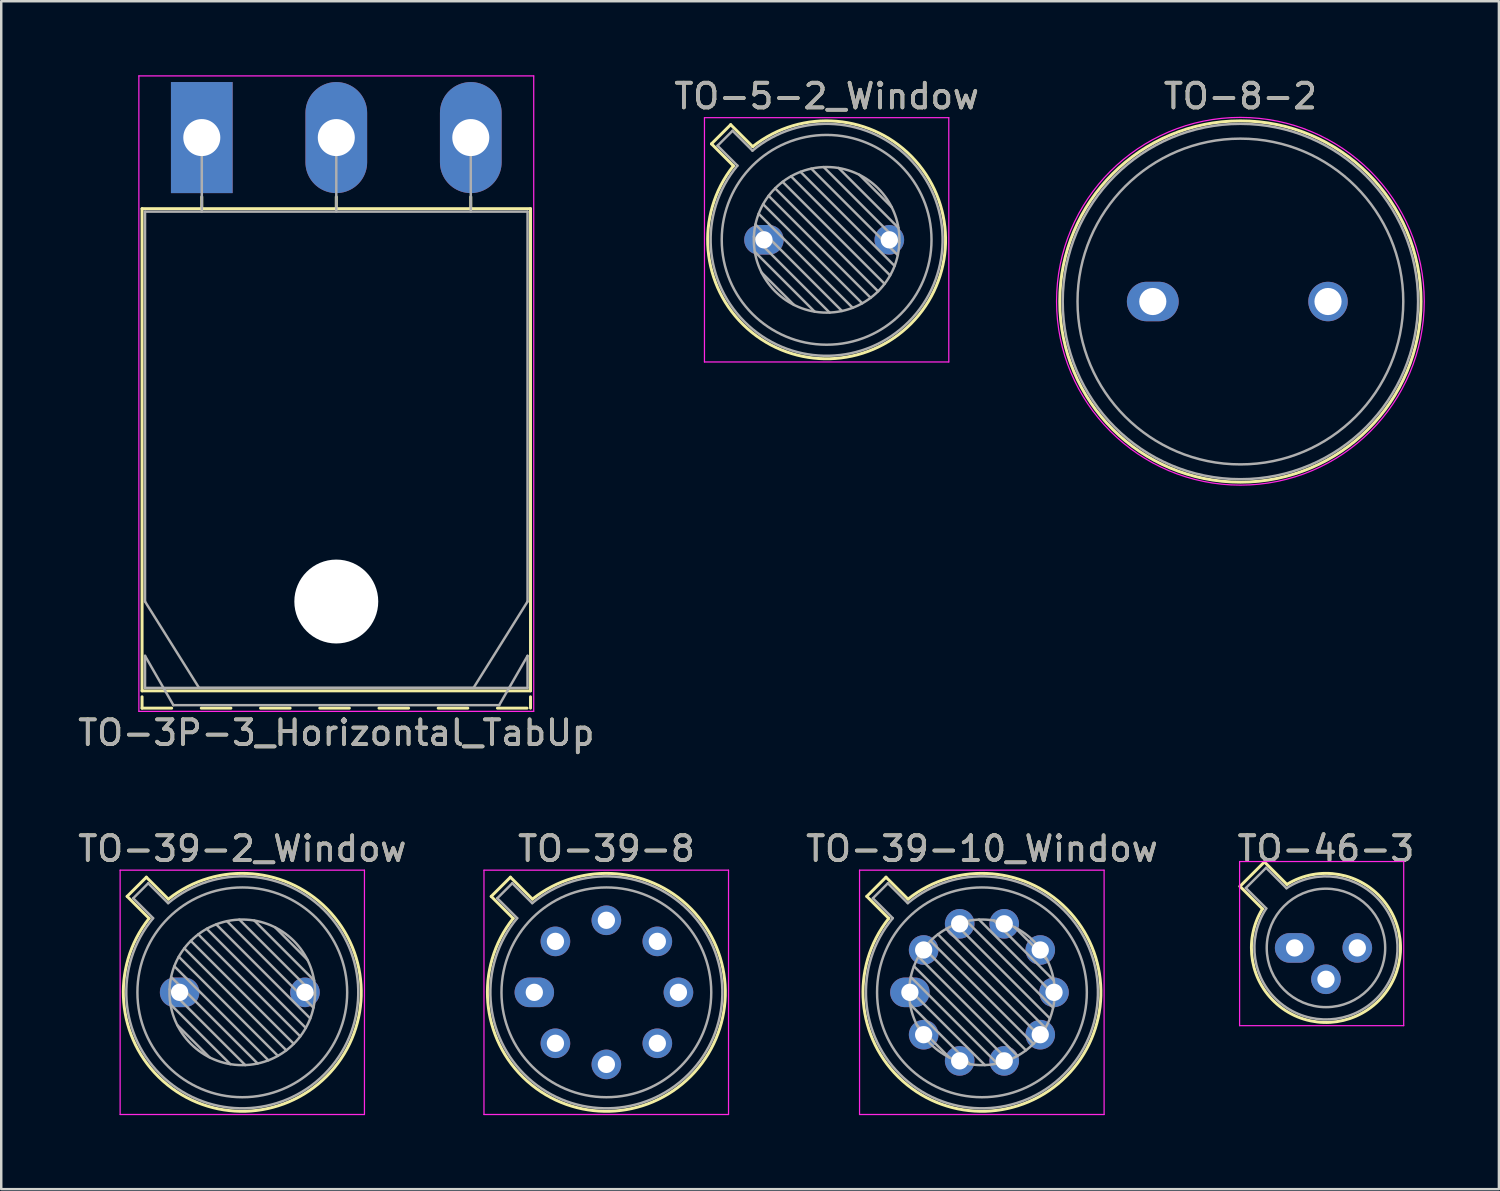
<source format=kicad_pcb>
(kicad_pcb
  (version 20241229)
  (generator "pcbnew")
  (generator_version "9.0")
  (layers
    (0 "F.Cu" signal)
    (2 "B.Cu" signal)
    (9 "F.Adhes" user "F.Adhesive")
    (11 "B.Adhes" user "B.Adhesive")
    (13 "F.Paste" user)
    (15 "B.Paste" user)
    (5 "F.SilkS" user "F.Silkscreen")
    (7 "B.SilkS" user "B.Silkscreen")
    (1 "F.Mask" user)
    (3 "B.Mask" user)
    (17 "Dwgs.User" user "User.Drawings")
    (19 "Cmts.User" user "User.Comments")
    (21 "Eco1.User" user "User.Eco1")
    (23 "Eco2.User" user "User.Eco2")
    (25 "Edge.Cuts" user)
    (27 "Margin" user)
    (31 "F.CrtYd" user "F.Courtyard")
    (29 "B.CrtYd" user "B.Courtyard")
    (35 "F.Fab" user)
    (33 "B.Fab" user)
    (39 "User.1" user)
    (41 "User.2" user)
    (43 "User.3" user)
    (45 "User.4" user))
  (footprint "TO-3P-3_Horizontal_TabUp"
    (layer "F.Cu")
    (at 5.127 2.525)
    (property "Reference" "TO-3P-3_Horizontal_TabUp" (at 5.45 24.12 0) (layer "F.SilkS") (effects (font (size 1 1) (thickness 0.15))))
    (attr through_hole)
    (fp_line (start -2.42 2.88) (end -2.42 22.42) (stroke (width 0.12) (type solid)) (layer "F.SilkS"))
    (fp_line (start -2.42 2.88) (end 13.32 2.88) (stroke (width 0.12) (type solid)) (layer "F.SilkS"))
    (fp_line (start -2.42 22.42) (end 13.32 22.42) (stroke (width 0.12) (type solid)) (layer "F.SilkS"))
    (fp_line (start -2.42 22.66) (end -2.42 23.12) (stroke (width 0.12) (type solid)) (layer "F.SilkS"))
    (fp_line (start -2.42 23.12) (end -1.22 23.12) (stroke (width 0.12) (type solid)) (layer "F.SilkS"))
    (fp_line (start -0.021 23.12) (end 1.18 23.12) (stroke (width 0.12) (type solid)) (layer "F.SilkS"))
    (fp_line (start 0 2.4) (end 0 2.88) (stroke (width 0.12) (type solid)) (layer "F.SilkS"))
    (fp_line (start 2.38 23.12) (end 3.58 23.12) (stroke (width 0.12) (type solid)) (layer "F.SilkS"))
    (fp_line (start 4.78 23.12) (end 5.98 23.12) (stroke (width 0.12) (type solid)) (layer "F.SilkS"))
    (fp_line (start 5.45 2.4) (end 5.45 2.88) (stroke (width 0.12) (type solid)) (layer "F.SilkS"))
    (fp_line (start 7.18 23.12) (end 8.38 23.12) (stroke (width 0.12) (type solid)) (layer "F.SilkS"))
    (fp_line (start 9.58 23.12) (end 10.78 23.12) (stroke (width 0.12) (type solid)) (layer "F.SilkS"))
    (fp_line (start 10.9 2.4) (end 10.9 2.88) (stroke (width 0.12) (type solid)) (layer "F.SilkS"))
    (fp_line (start 11.98 23.12) (end 13.18 23.12) (stroke (width 0.12) (type solid)) (layer "F.SilkS"))
    (fp_line (start 13.32 2.88) (end 13.32 22.42) (stroke (width 0.12) (type solid)) (layer "F.SilkS"))
    (fp_line (start 13.32 22.66) (end 13.32 23.12) (stroke (width 0.12) (type solid)) (layer "F.SilkS"))
    (fp_line (start -2.55 -2.5) (end -2.55 23.25) (stroke (width 0.05) (type solid)) (layer "F.CrtYd"))
    (fp_line (start -2.55 23.25) (end 13.45 23.25) (stroke (width 0.05) (type solid)) (layer "F.CrtYd"))
    (fp_line (start 13.45 -2.5) (end -2.55 -2.5) (stroke (width 0.05) (type solid)) (layer "F.CrtYd"))
    (fp_line (start 13.45 23.25) (end 13.45 -2.5) (stroke (width 0.05) (type solid)) (layer "F.CrtYd"))
    (fp_line (start -2.3 3) (end -2.3 18.8) (stroke (width 0.1) (type solid)) (layer "F.Fab"))
    (fp_line (start -2.3 18.8) (end -0.11 22.3) (stroke (width 0.1) (type solid)) (layer "F.Fab"))
    (fp_line (start -2.3 21) (end -1.15 23) (stroke (width 0.1) (type solid)) (layer "F.Fab"))
    (fp_line (start -2.3 22.3) (end -2.3 21) (stroke (width 0.1) (type solid)) (layer "F.Fab"))
    (fp_line (start -1.15 23) (end 12.05 23) (stroke (width 0.1) (type solid)) (layer "F.Fab"))
    (fp_line (start -0.11 22.3) (end 11.01 22.3) (stroke (width 0.1) (type solid)) (layer "F.Fab"))
    (fp_line (start 0 3) (end 0 0) (stroke (width 0.1) (type solid)) (layer "F.Fab"))
    (fp_line (start 5.45 3) (end 5.45 0) (stroke (width 0.1) (type solid)) (layer "F.Fab"))
    (fp_line (start 10.9 3) (end 10.9 0) (stroke (width 0.1) (type solid)) (layer "F.Fab"))
    (fp_line (start 11.01 22.3) (end 13.2 18.8) (stroke (width 0.1) (type solid)) (layer "F.Fab"))
    (fp_line (start 12.05 23) (end 13.2 21) (stroke (width 0.1) (type solid)) (layer "F.Fab"))
    (fp_line (start 13.2 3) (end -2.3 3) (stroke (width 0.1) (type solid)) (layer "F.Fab"))
    (fp_line (start 13.2 18.8) (end 13.2 3) (stroke (width 0.1) (type solid)) (layer "F.Fab"))
    (fp_line (start 13.2 21) (end 13.2 22.3) (stroke (width 0.1) (type solid)) (layer "F.Fab"))
    (fp_line (start 13.2 22.3) (end -2.3 22.3) (stroke (width 0.1) (type solid)) (layer "F.Fab"))
    (fp_circle (center 5.45 18.8) (end 7.05 18.8) (stroke (width 0.1) (type solid)) (fill no) (layer "F.Fab"))
    (fp_text user "${REFERENCE}" (at 5.45 24.12 0) (layer "F.Fab") (effects (font (size 1 1) (thickness 0.15))))
    (pad "" np_thru_hole oval (at 5.45 18.8) (size 3.4 3.4) (drill 3.4) (layers "*.Cu" "*.Mask"))
    (pad "1" thru_hole rect (at 0 0) (size 2.5 4.5) (drill 1.5) (layers "*.Cu" "*.Mask"))
    (pad "2" thru_hole oval (at 5.45 0) (size 2.5 4.5) (drill 1.5) (layers "*.Cu" "*.Mask"))
    (pad "3" thru_hole oval (at 10.9 0) (size 2.5 4.5) (drill 1.5) (layers "*.Cu" "*.Mask")))
  (footprint "TO-39-8"
    (layer "F.Cu")
    (at 18.601 37.161)
    (property "Reference" "TO-39-8" (at 2.92 -5.82 0) (layer "F.SilkS") (effects (font (size 1 1) (thickness 0.15))))
    (attr through_hole)
    (fp_line (start -1.746 -3.888) (end -0.855 -2.997) (stroke (width 0.12) (type solid)) (layer "F.SilkS"))
    (fp_line (start -0.968 -4.666) (end -1.746 -3.888) (stroke (width 0.12) (type solid)) (layer "F.SilkS"))
    (fp_line (start -0.077 -3.775) (end -0.968 -4.666) (stroke (width 0.12) (type solid)) (layer "F.SilkS"))
    (fp_arc (start -0.077084 -3.774902) (mid 6.328125 3.408384) (end -0.854674 -2.997371) (stroke (width 0.12) (type solid)) (layer "F.SilkS"))
    (fp_line (start -2.04 -4.95) (end -2.04 4.95) (stroke (width 0.05) (type solid)) (layer "F.CrtYd"))
    (fp_line (start -2.04 4.95) (end 7.87 4.95) (stroke (width 0.05) (type solid)) (layer "F.CrtYd"))
    (fp_line (start 7.87 -4.95) (end -2.04 -4.95) (stroke (width 0.05) (type solid)) (layer "F.CrtYd"))
    (fp_line (start 7.87 4.95) (end 7.87 -4.95) (stroke (width 0.05) (type solid)) (layer "F.CrtYd"))
    (fp_line (start -1.5 -3.812) (end -0.694 -3.005) (stroke (width 0.1) (type solid)) (layer "F.Fab"))
    (fp_line (start -0.892 -4.42) (end -1.5 -3.812) (stroke (width 0.1) (type solid)) (layer "F.Fab"))
    (fp_line (start -0.085 -3.614) (end -0.892 -4.42) (stroke (width 0.1) (type solid)) (layer "F.Fab"))
    (fp_arc (start -0.085408 -3.61352) (mid 6.243443 3.323361) (end -0.693594 -3.005319) (stroke (width 0.1) (type solid)) (layer "F.Fab"))
    (fp_circle (center 2.92 0) (end 7.17 0) (stroke (width 0.1) (type solid)) (fill no) (layer "F.Fab"))
    (fp_text user "${REFERENCE}" (at 2.92 -5.82 0) (layer "F.Fab") (effects (font (size 1 1) (thickness 0.15))))
    (pad "1" thru_hole oval (at 0 0) (size 1.6 1.2) (drill 0.7) (layers "*.Cu" "*.Mask"))
    (pad "2" thru_hole oval (at 0.855 2.065) (size 1.2 1.2) (drill 0.7) (layers "*.Cu" "*.Mask"))
    (pad "3" thru_hole oval (at 2.92 2.92) (size 1.2 1.2) (drill 0.7) (layers "*.Cu" "*.Mask"))
    (pad "4" thru_hole oval (at 4.985 2.065) (size 1.2 1.2) (drill 0.7) (layers "*.Cu" "*.Mask"))
    (pad "5" thru_hole oval (at 5.84 0) (size 1.2 1.2) (drill 0.7) (layers "*.Cu" "*.Mask"))
    (pad "6" thru_hole oval (at 4.985 -2.065) (size 1.2 1.2) (drill 0.7) (layers "*.Cu" "*.Mask"))
    (pad "7" thru_hole oval (at 2.92 -2.92) (size 1.2 1.2) (drill 0.7) (layers "*.Cu" "*.Mask"))
    (pad "8" thru_hole oval (at 0.855 -2.065) (size 1.2 1.2) (drill 0.7) (layers "*.Cu" "*.Mask")))
  (footprint "TO-5-2_Window"
    (layer "F.Cu")
    (at 27.906 6.668)
    (property "Reference" "TO-5-2_Window" (at 2.54 -5.82 0) (layer "F.SilkS") (effects (font (size 1 1) (thickness 0.15))))
    (attr through_hole)
    (fp_line (start -2.126 -3.888) (end -1.235 -2.997) (stroke (width 0.12) (type solid)) (layer "F.SilkS"))
    (fp_line (start -1.348 -4.666) (end -2.126 -3.888) (stroke (width 0.12) (type solid)) (layer "F.SilkS"))
    (fp_line (start -0.457 -3.775) (end -1.348 -4.666) (stroke (width 0.12) (type solid)) (layer "F.SilkS"))
    (fp_arc (start -0.457084 -3.774902) (mid 5.948125 3.408384) (end -1.234674 -2.997371) (stroke (width 0.12) (type solid)) (layer "F.SilkS"))
    (fp_line (start -2.41 -4.95) (end -2.41 4.95) (stroke (width 0.05) (type solid)) (layer "F.CrtYd"))
    (fp_line (start -2.41 4.95) (end 7.49 4.95) (stroke (width 0.05) (type solid)) (layer "F.CrtYd"))
    (fp_line (start 7.49 -4.95) (end -2.41 -4.95) (stroke (width 0.05) (type solid)) (layer "F.CrtYd"))
    (fp_line (start 7.49 4.95) (end 7.49 -4.95) (stroke (width 0.05) (type solid)) (layer "F.CrtYd"))
    (fp_line (start -1.88 -3.812) (end -1.074 -3.005) (stroke (width 0.1) (type solid)) (layer "F.Fab"))
    (fp_line (start -1.272 -4.42) (end -1.88 -3.812) (stroke (width 0.1) (type solid)) (layer "F.Fab"))
    (fp_line (start -0.465 -3.614) (end -1.272 -4.42) (stroke (width 0.1) (type solid)) (layer "F.Fab"))
    (fp_line (start -0.408 -0.12) (end 2.66 2.948) (stroke (width 0.1) (type solid)) (layer "F.Fab"))
    (fp_line (start -0.371 0.485) (end 2.055 2.911) (stroke (width 0.1) (type solid)) (layer "F.Fab"))
    (fp_line (start -0.344 -0.622) (end 3.162 2.884) (stroke (width 0.1) (type solid)) (layer "F.Fab"))
    (fp_line (start -0.215 -1.058) (end 3.598 2.755) (stroke (width 0.1) (type solid)) (layer "F.Fab"))
    (fp_line (start -0.097 1.324) (end 1.216 2.637) (stroke (width 0.1) (type solid)) (layer "F.Fab"))
    (fp_line (start -0.034 -1.443) (end 3.983 2.574) (stroke (width 0.1) (type solid)) (layer "F.Fab"))
    (fp_line (start 0.19 -1.784) (end 4.324 2.35) (stroke (width 0.1) (type solid)) (layer "F.Fab"))
    (fp_line (start 0.454 -2.086) (end 4.626 2.086) (stroke (width 0.1) (type solid)) (layer "F.Fab"))
    (fp_line (start 0.756 -2.35) (end 4.89 1.784) (stroke (width 0.1) (type solid)) (layer "F.Fab"))
    (fp_line (start 1.097 -2.574) (end 5.114 1.443) (stroke (width 0.1) (type solid)) (layer "F.Fab"))
    (fp_line (start 1.482 -2.755) (end 5.295 1.058) (stroke (width 0.1) (type solid)) (layer "F.Fab"))
    (fp_line (start 1.918 -2.884) (end 5.424 0.622) (stroke (width 0.1) (type solid)) (layer "F.Fab"))
    (fp_line (start 2.42 -2.948) (end 5.488 0.12) (stroke (width 0.1) (type solid)) (layer "F.Fab"))
    (fp_line (start 3.025 -2.911) (end 5.451 -0.485) (stroke (width 0.1) (type solid)) (layer "F.Fab"))
    (fp_line (start 3.864 -2.637) (end 5.177 -1.324) (stroke (width 0.1) (type solid)) (layer "F.Fab"))
    (fp_arc (start -0.465408 -3.61352) (mid 5.863443 3.323361) (end -1.073594 -3.005319) (stroke (width 0.1) (type solid)) (layer "F.Fab"))
    (fp_circle (center 2.54 0) (end 5.49 0) (stroke (width 0.1) (type solid)) (fill no) (layer "F.Fab"))
    (fp_circle (center 2.54 0) (end 6.79 0) (stroke (width 0.1) (type solid)) (fill no) (layer "F.Fab"))
    (fp_text user "${REFERENCE}" (at 2.54 -5.82 0) (layer "F.Fab") (effects (font (size 1 1) (thickness 0.15))))
    (pad "1" thru_hole oval (at 0 0) (size 1.6 1.2) (drill 0.7) (layers "*.Cu" "*.Mask"))
    (pad "2" thru_hole oval (at 5.08 0) (size 1.2 1.2) (drill 0.7) (layers "*.Cu" "*.Mask")))
  (footprint "TO-46-3"
    (layer "F.Cu")
    (at 49.41 35.361)
    (property "Reference" "TO-46-3" (at 1.27 -4.02 0) (layer "F.SilkS") (effects (font (size 1 1) (thickness 0.15))))
    (attr through_hole)
    (fp_line (start -2.214 -2.494) (end -1.302 -1.582) (stroke (width 0.12) (type solid)) (layer "F.SilkS"))
    (fp_line (start -1.224 -3.484) (end -2.214 -2.494) (stroke (width 0.12) (type solid)) (layer "F.SilkS"))
    (fp_line (start -0.312 -2.572) (end -1.224 -3.484) (stroke (width 0.12) (type solid)) (layer "F.SilkS"))
    (fp_arc (start -0.312331 -2.572281) (mid 3.405374 2.135551) (end -1.30215 -1.582544) (stroke (width 0.12) (type solid)) (layer "F.SilkS"))
    (fp_line (start -2.23 -3.5) (end -2.23 3.15) (stroke (width 0.05) (type solid)) (layer "F.CrtYd"))
    (fp_line (start -2.23 3.15) (end 4.42 3.15) (stroke (width 0.05) (type solid)) (layer "F.CrtYd"))
    (fp_line (start 4.42 -3.5) (end -2.23 -3.5) (stroke (width 0.05) (type solid)) (layer "F.CrtYd"))
    (fp_line (start 4.42 3.15) (end 4.42 -3.5) (stroke (width 0.05) (type solid)) (layer "F.CrtYd"))
    (fp_line (start -1.977 -2.426) (end -1.149 -1.599) (stroke (width 0.1) (type solid)) (layer "F.Fab"))
    (fp_line (start -1.156 -3.247) (end -1.977 -2.426) (stroke (width 0.1) (type solid)) (layer "F.Fab"))
    (fp_line (start -0.329 -2.419) (end -1.156 -3.247) (stroke (width 0.1) (type solid)) (layer "F.Fab"))
    (fp_arc (start -0.329057 -2.419301) (mid 3.321076 2.050143) (end -1.150029 -1.597956) (stroke (width 0.1) (type solid)) (layer "F.Fab"))
    (fp_circle (center 1.27 0) (end 3.67 0) (stroke (width 0.1) (type solid)) (fill no) (layer "F.Fab"))
    (fp_text user "${REFERENCE}" (at 1.27 -4.02 0) (layer "F.Fab") (effects (font (size 1 1) (thickness 0.15))))
    (pad "1" thru_hole oval (at 0 0) (size 1.6 1.2) (drill 0.7) (layers "*.Cu" "*.Mask"))
    (pad "2" thru_hole oval (at 1.27 1.27) (size 1.2 1.2) (drill 0.7) (layers "*.Cu" "*.Mask"))
    (pad "3" thru_hole oval (at 2.54 0) (size 1.2 1.2) (drill 0.7) (layers "*.Cu" "*.Mask")))
  (footprint "TO-39-10_Window"
    (layer "F.Cu")
    (at 33.82 37.161)
    (property "Reference" "TO-39-10_Window" (at 2.92 -5.82 0) (layer "F.SilkS") (effects (font (size 1 1) (thickness 0.15))))
    (attr through_hole)
    (fp_line (start -1.746 -3.888) (end -0.855 -2.997) (stroke (width 0.12) (type solid)) (layer "F.SilkS"))
    (fp_line (start -0.968 -4.666) (end -1.746 -3.888) (stroke (width 0.12) (type solid)) (layer "F.SilkS"))
    (fp_line (start -0.077 -3.775) (end -0.968 -4.666) (stroke (width 0.12) (type solid)) (layer "F.SilkS"))
    (fp_arc (start -0.077084 -3.774902) (mid 6.328125 3.408384) (end -0.854674 -2.997371) (stroke (width 0.12) (type solid)) (layer "F.SilkS"))
    (fp_line (start -2.04 -4.95) (end -2.04 4.95) (stroke (width 0.05) (type solid)) (layer "F.CrtYd"))
    (fp_line (start -2.04 4.95) (end 7.87 4.95) (stroke (width 0.05) (type solid)) (layer "F.CrtYd"))
    (fp_line (start 7.87 -4.95) (end -2.04 -4.95) (stroke (width 0.05) (type solid)) (layer "F.CrtYd"))
    (fp_line (start 7.87 4.95) (end 7.87 -4.95) (stroke (width 0.05) (type solid)) (layer "F.CrtYd"))
    (fp_line (start -1.5 -3.812) (end -0.694 -3.005) (stroke (width 0.1) (type solid)) (layer "F.Fab"))
    (fp_line (start -0.892 -4.42) (end -1.5 -3.812) (stroke (width 0.1) (type solid)) (layer "F.Fab"))
    (fp_line (start -0.085 -3.614) (end -0.892 -4.42) (stroke (width 0.1) (type solid)) (layer "F.Fab"))
    (fp_line (start -0.028 -0.12) (end 3.04 2.948) (stroke (width 0.1) (type solid)) (layer "F.Fab"))
    (fp_line (start 0.009 0.485) (end 2.435 2.911) (stroke (width 0.1) (type solid)) (layer "F.Fab"))
    (fp_line (start 0.036 -0.622) (end 3.542 2.884) (stroke (width 0.1) (type solid)) (layer "F.Fab"))
    (fp_line (start 0.165 -1.058) (end 3.978 2.755) (stroke (width 0.1) (type solid)) (layer "F.Fab"))
    (fp_line (start 0.283 1.324) (end 1.596 2.637) (stroke (width 0.1) (type solid)) (layer "F.Fab"))
    (fp_line (start 0.346 -1.443) (end 4.363 2.574) (stroke (width 0.1) (type solid)) (layer "F.Fab"))
    (fp_line (start 0.57 -1.784) (end 4.704 2.35) (stroke (width 0.1) (type solid)) (layer "F.Fab"))
    (fp_line (start 0.834 -2.086) (end 5.006 2.086) (stroke (width 0.1) (type solid)) (layer "F.Fab"))
    (fp_line (start 1.136 -2.35) (end 5.27 1.784) (stroke (width 0.1) (type solid)) (layer "F.Fab"))
    (fp_line (start 1.477 -2.574) (end 5.494 1.443) (stroke (width 0.1) (type solid)) (layer "F.Fab"))
    (fp_line (start 1.862 -2.755) (end 5.675 1.058) (stroke (width 0.1) (type solid)) (layer "F.Fab"))
    (fp_line (start 2.298 -2.884) (end 5.804 0.622) (stroke (width 0.1) (type solid)) (layer "F.Fab"))
    (fp_line (start 2.8 -2.948) (end 5.868 0.12) (stroke (width 0.1) (type solid)) (layer "F.Fab"))
    (fp_line (start 3.405 -2.911) (end 5.831 -0.485) (stroke (width 0.1) (type solid)) (layer "F.Fab"))
    (fp_line (start 4.244 -2.637) (end 5.557 -1.324) (stroke (width 0.1) (type solid)) (layer "F.Fab"))
    (fp_arc (start -0.085408 -3.61352) (mid 6.243443 3.323361) (end -0.693594 -3.005319) (stroke (width 0.1) (type solid)) (layer "F.Fab"))
    (fp_circle (center 2.92 0) (end 5.87 0) (stroke (width 0.1) (type solid)) (fill no) (layer "F.Fab"))
    (fp_circle (center 2.92 0) (end 7.17 0) (stroke (width 0.1) (type solid)) (fill no) (layer "F.Fab"))
    (fp_text user "${REFERENCE}" (at 2.92 -5.82 0) (layer "F.Fab") (effects (font (size 1 1) (thickness 0.15))))
    (pad "1" thru_hole oval (at 0 0) (size 1.6 1.2) (drill 0.7) (layers "*.Cu" "*.Mask"))
    (pad "2" thru_hole oval (at 0.558 1.716) (size 1.2 1.2) (drill 0.7) (layers "*.Cu" "*.Mask"))
    (pad "3" thru_hole oval (at 2.018 2.777) (size 1.2 1.2) (drill 0.7) (layers "*.Cu" "*.Mask"))
    (pad "4" thru_hole oval (at 3.822 2.777) (size 1.2 1.2) (drill 0.7) (layers "*.Cu" "*.Mask"))
    (pad "5" thru_hole oval (at 5.282 1.716) (size 1.2 1.2) (drill 0.7) (layers "*.Cu" "*.Mask"))
    (pad "6" thru_hole oval (at 5.84 0) (size 1.2 1.2) (drill 0.7) (layers "*.Cu" "*.Mask"))
    (pad "7" thru_hole oval (at 5.282 -1.716) (size 1.2 1.2) (drill 0.7) (layers "*.Cu" "*.Mask"))
    (pad "8" thru_hole oval (at 3.822 -2.777) (size 1.2 1.2) (drill 0.7) (layers "*.Cu" "*.Mask"))
    (pad "9" thru_hole oval (at 2.018 -2.777) (size 1.2 1.2) (drill 0.7) (layers "*.Cu" "*.Mask"))
    (pad "10" thru_hole oval (at 0.558 -1.716) (size 1.2 1.2) (drill 0.7) (layers "*.Cu" "*.Mask")))
  (footprint "TO-39-2_Window"
    (layer "F.Cu")
    (at 4.228 37.161)
    (property "Reference" "TO-39-2_Window" (at 2.54 -5.82 0) (layer "F.SilkS") (effects (font (size 1 1) (thickness 0.15))))
    (attr through_hole)
    (fp_line (start -2.126 -3.888) (end -1.235 -2.997) (stroke (width 0.12) (type solid)) (layer "F.SilkS"))
    (fp_line (start -1.348 -4.666) (end -2.126 -3.888) (stroke (width 0.12) (type solid)) (layer "F.SilkS"))
    (fp_line (start -0.457 -3.775) (end -1.348 -4.666) (stroke (width 0.12) (type solid)) (layer "F.SilkS"))
    (fp_arc (start -0.457084 -3.774902) (mid 5.948125 3.408384) (end -1.234674 -2.997371) (stroke (width 0.12) (type solid)) (layer "F.SilkS"))
    (fp_line (start -2.41 -4.95) (end -2.41 4.95) (stroke (width 0.05) (type solid)) (layer "F.CrtYd"))
    (fp_line (start -2.41 4.95) (end 7.49 4.95) (stroke (width 0.05) (type solid)) (layer "F.CrtYd"))
    (fp_line (start 7.49 -4.95) (end -2.41 -4.95) (stroke (width 0.05) (type solid)) (layer "F.CrtYd"))
    (fp_line (start 7.49 4.95) (end 7.49 -4.95) (stroke (width 0.05) (type solid)) (layer "F.CrtYd"))
    (fp_line (start -1.88 -3.812) (end -1.074 -3.005) (stroke (width 0.1) (type solid)) (layer "F.Fab"))
    (fp_line (start -1.272 -4.42) (end -1.88 -3.812) (stroke (width 0.1) (type solid)) (layer "F.Fab"))
    (fp_line (start -0.465 -3.614) (end -1.272 -4.42) (stroke (width 0.1) (type solid)) (layer "F.Fab"))
    (fp_line (start -0.408 -0.12) (end 2.66 2.948) (stroke (width 0.1) (type solid)) (layer "F.Fab"))
    (fp_line (start -0.371 0.485) (end 2.055 2.911) (stroke (width 0.1) (type solid)) (layer "F.Fab"))
    (fp_line (start -0.344 -0.622) (end 3.162 2.884) (stroke (width 0.1) (type solid)) (layer "F.Fab"))
    (fp_line (start -0.215 -1.058) (end 3.598 2.755) (stroke (width 0.1) (type solid)) (layer "F.Fab"))
    (fp_line (start -0.097 1.324) (end 1.216 2.637) (stroke (width 0.1) (type solid)) (layer "F.Fab"))
    (fp_line (start -0.034 -1.443) (end 3.983 2.574) (stroke (width 0.1) (type solid)) (layer "F.Fab"))
    (fp_line (start 0.19 -1.784) (end 4.324 2.35) (stroke (width 0.1) (type solid)) (layer "F.Fab"))
    (fp_line (start 0.454 -2.086) (end 4.626 2.086) (stroke (width 0.1) (type solid)) (layer "F.Fab"))
    (fp_line (start 0.756 -2.35) (end 4.89 1.784) (stroke (width 0.1) (type solid)) (layer "F.Fab"))
    (fp_line (start 1.097 -2.574) (end 5.114 1.443) (stroke (width 0.1) (type solid)) (layer "F.Fab"))
    (fp_line (start 1.482 -2.755) (end 5.295 1.058) (stroke (width 0.1) (type solid)) (layer "F.Fab"))
    (fp_line (start 1.918 -2.884) (end 5.424 0.622) (stroke (width 0.1) (type solid)) (layer "F.Fab"))
    (fp_line (start 2.42 -2.948) (end 5.488 0.12) (stroke (width 0.1) (type solid)) (layer "F.Fab"))
    (fp_line (start 3.025 -2.911) (end 5.451 -0.485) (stroke (width 0.1) (type solid)) (layer "F.Fab"))
    (fp_line (start 3.864 -2.637) (end 5.177 -1.324) (stroke (width 0.1) (type solid)) (layer "F.Fab"))
    (fp_arc (start -0.465408 -3.61352) (mid 5.863443 3.323361) (end -1.073594 -3.005319) (stroke (width 0.1) (type solid)) (layer "F.Fab"))
    (fp_circle (center 2.54 0) (end 5.49 0) (stroke (width 0.1) (type solid)) (fill no) (layer "F.Fab"))
    (fp_circle (center 2.54 0) (end 6.79 0) (stroke (width 0.1) (type solid)) (fill no) (layer "F.Fab"))
    (fp_text user "${REFERENCE}" (at 2.54 -5.82 0) (layer "F.Fab") (effects (font (size 1 1) (thickness 0.15))))
    (pad "1" thru_hole oval (at 0 0) (size 1.6 1.2) (drill 0.7) (layers "*.Cu" "*.Mask"))
    (pad "2" thru_hole oval (at 5.08 0) (size 1.2 1.2) (drill 0.7) (layers "*.Cu" "*.Mask")))
  (footprint "TO-8-2"
    (layer "F.Cu")
    (at 43.663 9.168)
    (property "Reference" "TO-8-2" (at 3.55 -8.32 0) (layer "F.SilkS") (effects (font (size 1 1) (thickness 0.15))))
    (attr through_hole)
    (fp_circle (center 3.55 0) (end 10.87 0) (stroke (width 0.12) (type solid)) (fill no) (layer "F.SilkS"))
    (fp_circle (center 3.55 -0.01) (end 11 -0.01) (stroke (width 0.05) (type solid)) (fill no) (layer "F.CrtYd"))
    (fp_circle (center 3.55 0) (end 10.15 0) (stroke (width 0.1) (type solid)) (fill no) (layer "F.Fab"))
    (fp_circle (center 3.55 0) (end 10.75 0) (stroke (width 0.1) (type solid)) (fill no) (layer "F.Fab"))
    (fp_text user "${REFERENCE}" (at 3.55 -8.32 0) (layer "F.Fab") (effects (font (size 1 1) (thickness 0.15))))
    (pad "1" thru_hole oval (at 0 0) (size 2.1 1.6) (drill 1.1) (layers "*.Cu" "*.Mask"))
    (pad "2" thru_hole oval (at 7.1 0) (size 1.6 1.6) (drill 1.1) (layers "*.Cu" "*.Mask")))
  (gr_rect
    (start -3 -3)
    (end 57.688 45.136)
    (stroke (width 0.1) (type default))
    (fill no)
    (layer "Edge.Cuts")))
</source>
